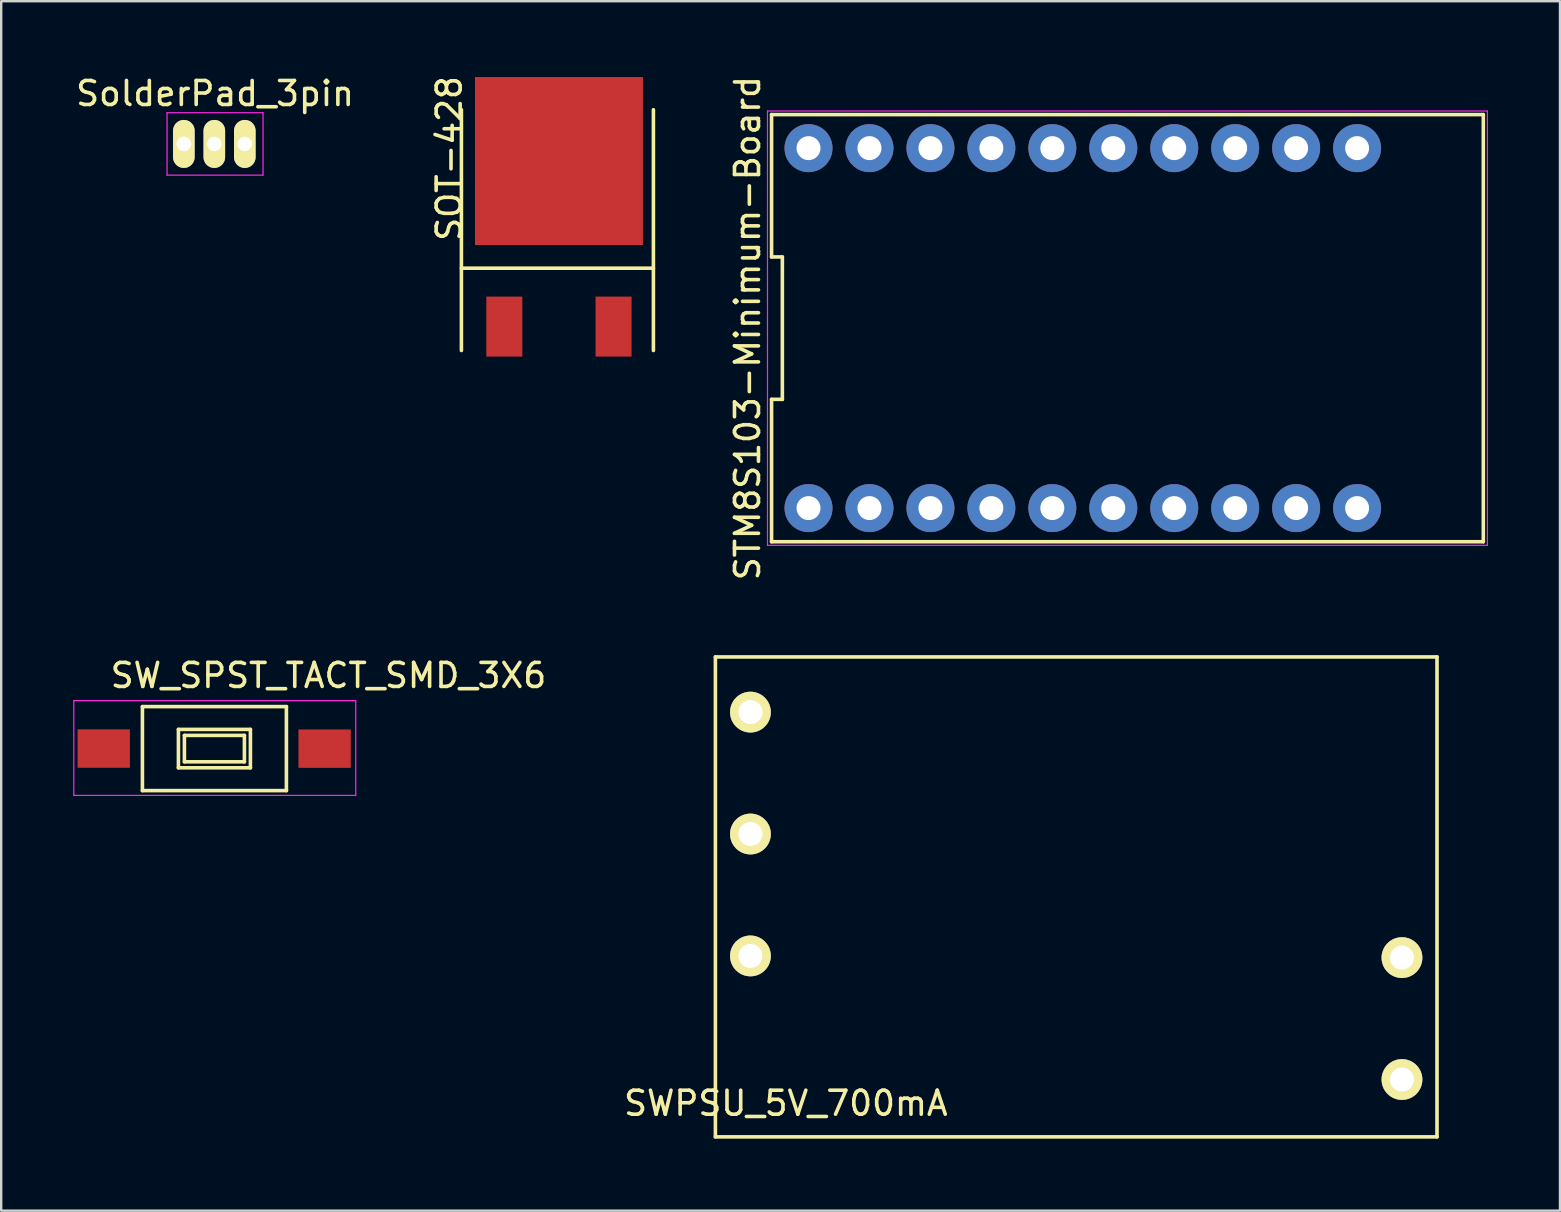
<source format=kicad_pcb>
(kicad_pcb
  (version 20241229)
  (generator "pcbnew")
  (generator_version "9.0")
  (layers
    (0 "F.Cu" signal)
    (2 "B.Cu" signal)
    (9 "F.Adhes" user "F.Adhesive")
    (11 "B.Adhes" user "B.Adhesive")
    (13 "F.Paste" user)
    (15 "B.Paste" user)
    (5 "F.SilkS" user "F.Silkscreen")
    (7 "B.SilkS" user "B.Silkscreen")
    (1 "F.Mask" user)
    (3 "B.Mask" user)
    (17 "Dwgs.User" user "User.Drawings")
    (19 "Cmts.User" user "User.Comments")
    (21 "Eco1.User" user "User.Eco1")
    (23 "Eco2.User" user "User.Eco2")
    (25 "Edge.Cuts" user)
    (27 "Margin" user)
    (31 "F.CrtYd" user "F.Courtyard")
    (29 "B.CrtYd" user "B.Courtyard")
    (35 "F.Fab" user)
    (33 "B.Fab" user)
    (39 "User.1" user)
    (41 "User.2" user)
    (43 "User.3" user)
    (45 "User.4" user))
  (footprint "SW_SPST_TACT_SMD_3X6"
    (placed yes)
    (layer "F.Cu")
    (at 5.875 28.146)
    (property "Reference" "SW_SPST_TACT_SMD_3X6" (at 4.763 -3.048 180) (layer "F.SilkS") (effects (font (size 1 1) (thickness 0.15))))
    (attr smd)
    (fp_line (start -2.99 -1.75) (end -2.99 1.75) (stroke (width 0.15) (type solid)) (layer "F.SilkS"))
    (fp_line (start -2.99 -1.75) (end 3.01 -1.75) (stroke (width 0.15) (type solid)) (layer "F.SilkS"))
    (fp_line (start -2.99 1.75) (end 3.01 1.75) (stroke (width 0.15) (type solid)) (layer "F.SilkS"))
    (fp_line (start -1.49 -0.8) (end -1.49 0.8) (stroke (width 0.15) (type solid)) (layer "F.SilkS"))
    (fp_line (start -1.49 -0.8) (end 1.51 -0.8) (stroke (width 0.15) (type solid)) (layer "F.SilkS"))
    (fp_line (start -1.49 0.8) (end 1.51 0.8) (stroke (width 0.15) (type solid)) (layer "F.SilkS"))
    (fp_line (start -1.24 -0.55) (end 1.26 -0.55) (stroke (width 0.15) (type solid)) (layer "F.SilkS"))
    (fp_line (start -1.24 0.55) (end -1.24 -0.55) (stroke (width 0.15) (type solid)) (layer "F.SilkS"))
    (fp_line (start 1.26 -0.55) (end 1.26 0.55) (stroke (width 0.15) (type solid)) (layer "F.SilkS"))
    (fp_line (start 1.26 0.55) (end -1.24 0.55) (stroke (width 0.15) (type solid)) (layer "F.SilkS"))
    (fp_line (start 1.51 -0.8) (end 1.51 0.8) (stroke (width 0.15) (type solid)) (layer "F.SilkS"))
    (fp_line (start 3.01 -1.75) (end 3.01 1.75) (stroke (width 0.15) (type solid)) (layer "F.SilkS"))
    (fp_line (start -5.85 -2) (end -5.85 1.95) (stroke (width 0.05) (type solid)) (layer "F.CrtYd"))
    (fp_line (start -5.85 -2) (end 5.9 -2) (stroke (width 0.05) (type solid)) (layer "F.CrtYd"))
    (fp_line (start -5.85 1.95) (end 5.9 1.95) (stroke (width 0.05) (type solid)) (layer "F.CrtYd"))
    (fp_line (start 5.9 -2) (end 5.9 1.95) (stroke (width 0.05) (type solid)) (layer "F.CrtYd"))
    (pad "1" smd rect (at -4.602 -0.002) (size 2.18 1.6) (layers "F.Cu" "F.Mask" "F.Paste"))
    (pad "2" smd rect (at 4.602 0.002) (size 2.18 1.6) (layers "F.Cu" "F.Mask" "F.Paste")))
  (footprint "SolderPad_3pin"
    (layer "F.Cu")
    (at 4.611 2.948)
    (property "Reference" "SolderPad_3pin" (at 1.3 -2.1 0) (layer "F.SilkS") (effects (font (size 1 1) (thickness 0.15))))
    (attr through_hole)
    (fp_line (start -0.7 -1.3) (end 3.3 -1.3) (stroke (width 0.05) (type solid)) (layer "F.CrtYd"))
    (fp_line (start -0.7 1.3) (end -0.7 -1.3) (stroke (width 0.05) (type solid)) (layer "F.CrtYd"))
    (fp_line (start -0.7 1.3) (end 3.3 1.3) (stroke (width 0.05) (type solid)) (layer "F.CrtYd"))
    (fp_line (start 3.3 1.3) (end 3.3 -1.3) (stroke (width 0.05) (type solid)) (layer "F.CrtYd"))
    (pad "1" thru_hole oval (at 0 0 180) (size 0.899 2) (drill 0.6) (layers "*.Cu" "*.Mask" "F.SilkS"))
    (pad "2" thru_hole oval (at 1.27 0 180) (size 0.899 2) (drill 0.6) (layers "*.Cu" "*.Mask" "F.SilkS"))
    (pad "3" thru_hole oval (at 2.54 0 180) (size 0.899 2) (drill 0.6) (layers "*.Cu" "*.Mask" "F.SilkS")))
  (footprint "STM8S103-Minimum-Board"
    (layer "F.Cu")
    (at 41.932 10.625)
    (property "Reference" "STM8S103-Minimum-Board" (at -13.83 0 90) (layer "F.SilkS") (effects (font (size 1 1) (thickness 0.15))))
    (attr through_hole)
    (fp_line (start -12.83 -8.9) (end -12.83 -2.967) (stroke (width 0.15) (type solid)) (layer "F.SilkS"))
    (fp_line (start -12.83 -2.967) (end -12.38 -2.967) (stroke (width 0.15) (type solid)) (layer "F.SilkS"))
    (fp_line (start -12.83 2.967) (end -12.83 8.9) (stroke (width 0.15) (type solid)) (layer "F.SilkS"))
    (fp_line (start -12.83 8.9) (end 16.83 8.9) (stroke (width 0.15) (type solid)) (layer "F.SilkS"))
    (fp_line (start -12.38 -2.967) (end -12.38 2.967) (stroke (width 0.15) (type solid)) (layer "F.SilkS"))
    (fp_line (start -12.38 2.967) (end -12.83 2.967) (stroke (width 0.15) (type solid)) (layer "F.SilkS"))
    (fp_line (start 16.83 -8.9) (end -12.83 -8.9) (stroke (width 0.15) (type solid)) (layer "F.SilkS"))
    (fp_line (start 16.83 8.9) (end 16.83 -8.9) (stroke (width 0.15) (type solid)) (layer "F.SilkS"))
    (fp_line (start -13 -9.05) (end 17 -9.05) (stroke (width 0.05) (type solid)) (layer "F.CrtYd"))
    (fp_line (start -13 9.05) (end -13 -9.05) (stroke (width 0.05) (type solid)) (layer "F.CrtYd"))
    (fp_line (start 17 -9.05) (end 17 9.05) (stroke (width 0.05) (type solid)) (layer "F.CrtYd"))
    (fp_line (start 17 9.05) (end -13 9.05) (stroke (width 0.05) (type solid)) (layer "F.CrtYd"))
    (pad "1" thru_hole circle (at -11.29 -7.502) (size 2 2) (drill 1) (layers "*.Cu" "*.Mask"))
    (pad "2" thru_hole circle (at -8.75 -7.502) (size 2 2) (drill 1) (layers "*.Cu" "*.Mask"))
    (pad "3" thru_hole circle (at -6.21 -7.502) (size 2 2) (drill 1) (layers "*.Cu" "*.Mask"))
    (pad "4" thru_hole circle (at -3.67 -7.502) (size 2 2) (drill 1) (layers "*.Cu" "*.Mask"))
    (pad "5" thru_hole circle (at -1.13 -7.502) (size 2 2) (drill 1) (layers "*.Cu" "*.Mask"))
    (pad "6" thru_hole circle (at 1.41 -7.502) (size 2 2) (drill 1) (layers "*.Cu" "*.Mask"))
    (pad "7" thru_hole circle (at 3.95 -7.502) (size 2 2) (drill 1) (layers "*.Cu" "*.Mask"))
    (pad "8" thru_hole circle (at 6.49 -7.502) (size 2 2) (drill 1) (layers "*.Cu" "*.Mask"))
    (pad "9" thru_hole circle (at 9.03 -7.502) (size 2 2) (drill 1) (layers "*.Cu" "*.Mask"))
    (pad "10" thru_hole circle (at 11.57 -7.502) (size 2 2) (drill 1) (layers "*.Cu" "*.Mask"))
    (pad "11" thru_hole circle (at 11.57 7.498) (size 2 2) (drill 1) (layers "*.Cu" "*.Mask"))
    (pad "12" thru_hole circle (at 9.03 7.498) (size 2 2) (drill 1) (layers "*.Cu" "*.Mask"))
    (pad "13" thru_hole circle (at 6.49 7.498) (size 2 2) (drill 1) (layers "*.Cu" "*.Mask"))
    (pad "14" thru_hole circle (at 3.95 7.498) (size 2 2) (drill 1) (layers "*.Cu" "*.Mask"))
    (pad "15" thru_hole circle (at 1.41 7.498) (size 2 2) (drill 1) (layers "*.Cu" "*.Mask"))
    (pad "16" thru_hole circle (at -1.13 7.498) (size 2 2) (drill 1) (layers "*.Cu" "*.Mask"))
    (pad "17" thru_hole circle (at -3.67 7.498) (size 2 2) (drill 1) (layers "*.Cu" "*.Mask"))
    (pad "18" thru_hole circle (at -6.21 7.498) (size 2 2) (drill 1) (layers "*.Cu" "*.Mask"))
    (pad "19" thru_hole circle (at -8.75 7.498) (size 2 2) (drill 1) (layers "*.Cu" "*.Mask"))
    (pad "20" thru_hole circle (at -11.29 7.498) (size 2 2) (drill 1) (layers "*.Cu" "*.Mask")))
  (footprint "SWPSU_5V_700mA"
    (layer "F.Cu")
    (at 41.797 34.325)
    (property "Reference" "SWPSU_5V_700mA" (at -12.1 8.6 0) (layer "F.SilkS") (effects (font (size 1 1) (thickness 0.15))))
    (attr through_hole)
    (fp_line (start -15.035 -10) (end 15.035 -10) (stroke (width 0.15) (type solid)) (layer "F.SilkS"))
    (fp_line (start -15.035 10) (end -15.035 -10) (stroke (width 0.15) (type solid)) (layer "F.SilkS"))
    (fp_line (start 15.035 -10) (end 15.035 10) (stroke (width 0.15) (type solid)) (layer "F.SilkS"))
    (fp_line (start 15.035 10) (end -15.035 10) (stroke (width 0.15) (type solid)) (layer "F.SilkS"))
    (pad "1" thru_hole circle (at 13.575 2.53) (size 1.7 1.7) (drill 1) (layers "*.Cu" "*.Mask" "F.SilkS"))
    (pad "2" thru_hole circle (at 13.575 7.61) (size 1.7 1.7) (drill 1) (layers "*.Cu" "*.Mask" "F.SilkS"))
    (pad "3" thru_hole circle (at -13.575 -7.7) (size 1.7 1.7) (drill 1) (layers "*.Cu" "*.Mask" "F.SilkS"))
    (pad "4" thru_hole circle (at -13.575 -2.62) (size 1.7 1.7) (drill 1) (layers "*.Cu" "*.Mask" "F.SilkS"))
    (pad "5" thru_hole circle (at -13.575 2.46) (size 1.7 1.7) (drill 1) (layers "*.Cu" "*.Mask" "F.SilkS")))
  (footprint "SOT-428"
    (layer "F.Cu")
    (at 20.242 7.11)
    (property "Reference" "SOT-428" (at -4.572 -3.556 270) (layer "F.SilkS") (effects (font (size 1 1) (thickness 0.15))))
    (attr smd)
    (fp_line (start -4.064 -5.588) (end -4.064 4.445) (stroke (width 0.15) (type solid)) (layer "F.SilkS"))
    (fp_line (start -4.064 1.016) (end 3.937 1.016) (stroke (width 0.15) (type solid)) (layer "F.SilkS"))
    (fp_line (start 3.937 -5.588) (end 3.937 4.445) (stroke (width 0.15) (type solid)) (layer "F.SilkS"))
    (pad "1" smd rect (at -2.276 3.449) (size 1.501 2.499) (layers "F.Cu" "F.Mask" "F.Paste"))
    (pad "2" smd rect (at 0 -3.449) (size 7 7) (layers "F.Cu" "F.Mask" "F.Paste"))
    (pad "3" smd rect (at 2.276 3.449) (size 1.501 2.499) (layers "F.Cu" "F.Mask" "F.Paste")))
  (gr_rect
    (start -3 -3)
    (end 61.957 47.4)
    (stroke (width 0.1) (type default))
    (fill no)
    (layer "Edge.Cuts")))
</source>
